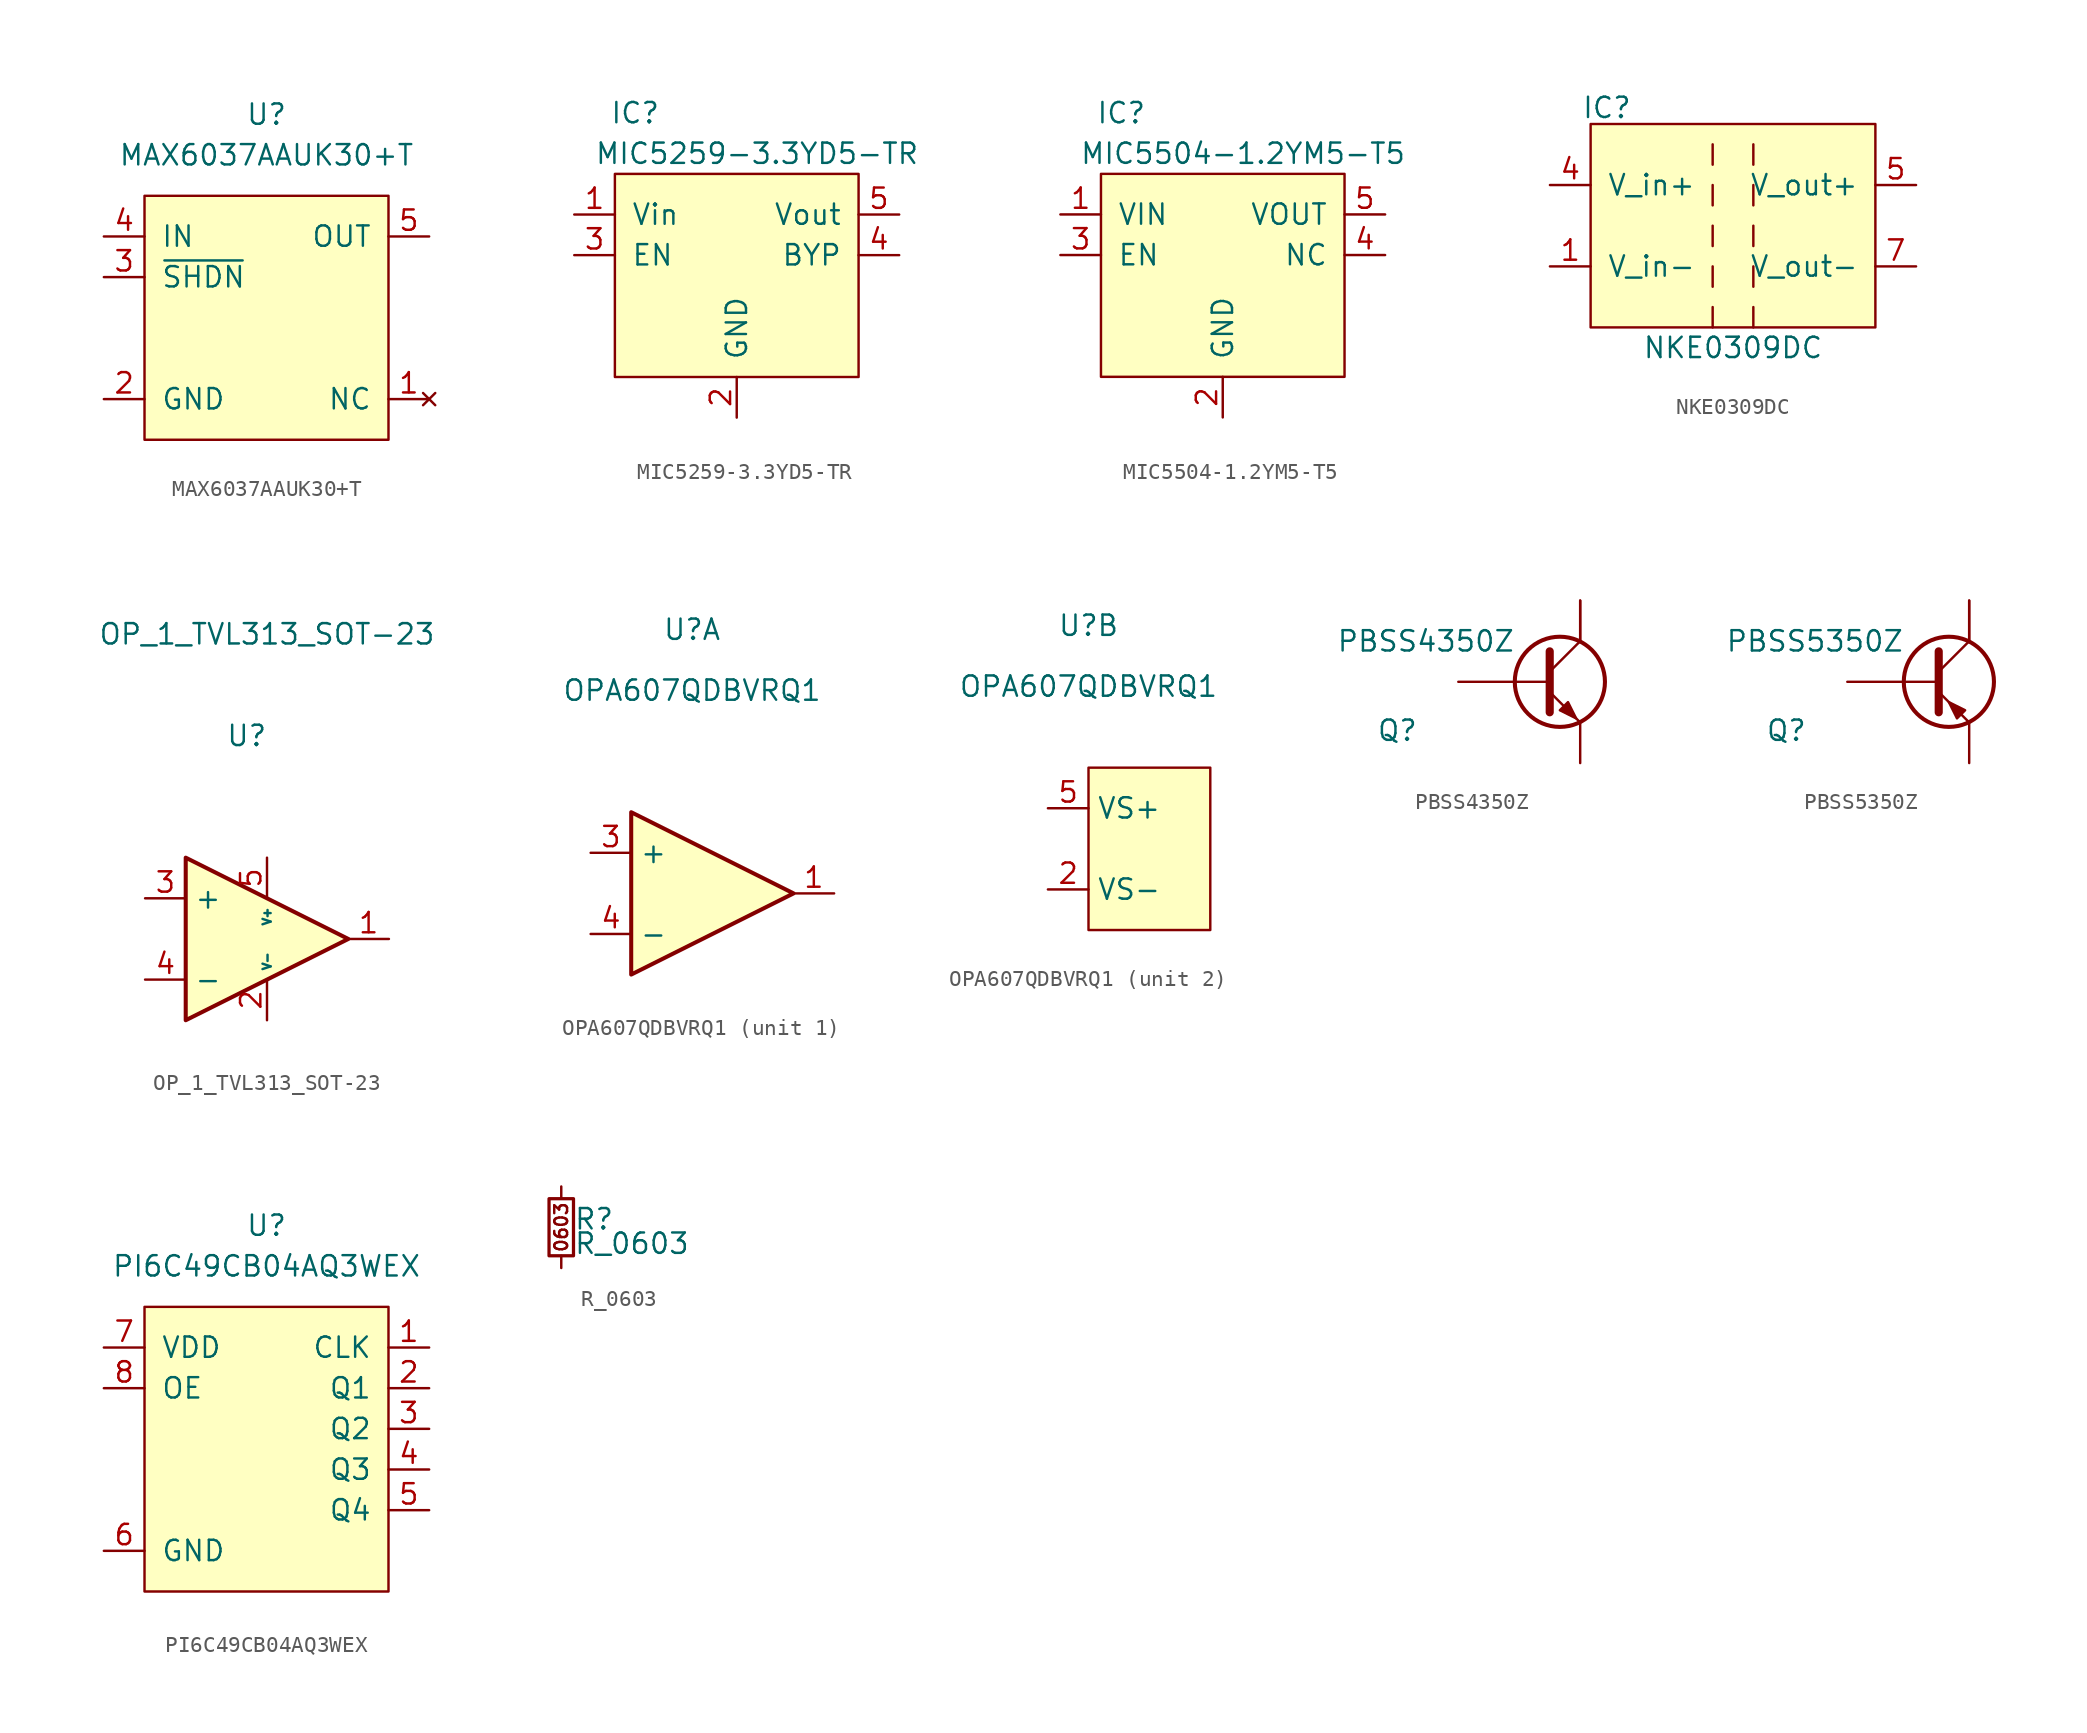
<source format=kicad_sym>
(kicad_symbol_lib
  (version 20211014)
  (generator kicad_symbol_editor)
  (symbol "MAX6037AAUK30+T"
    (pin_names
      (offset 1.016))
    (property "Reference" "U"
      (at 0 12.7 0)
      (effects (font (size 1.27 1.27))))
    (property "Value" "MAX6037AAUK30+T"
      (at 0 10.16 0)
      (effects (font (size 1.27 1.27))))
    (symbol "MAX6037AAUK30+T_1_1"
      (rectangle (start -7.62 7.62) (end 7.62 -7.62) (stroke (width 0) (type default) (color 0 0 0 0)) (fill (type background)))
      (pin no_connect line (at 10.16 -5.08 180) (length 2.54) (name "NC" (effects (font (size 1.27 1.27)))) (number "1" (effects (font (size 1.27 1.27)))))
      (pin power_in line (at -10.16 -5.08 0) (length 2.54) (name "GND" (effects (font (size 1.27 1.27)))) (number "2" (effects (font (size 1.27 1.27)))))
      (pin passive line (at -10.16 2.54 0) (length 2.54) (name "~{SHDN}" (effects (font (size 1.27 1.27)))) (number "3" (effects (font (size 1.27 1.27)))))
      (pin power_in line (at -10.16 5.08 0) (length 2.54) (name "IN" (effects (font (size 1.27 1.27)))) (number "4" (effects (font (size 1.27 1.27)))))
      (pin output line (at 10.16 5.08 180) (length 2.54) (name "OUT" (effects (font (size 1.27 1.27)))) (number "5" (effects (font (size 1.27 1.27)))))))
  (symbol "MIC5259-3.3YD5-TR"
    (pin_names
      (offset 1.016))
    (property "Reference" "IC"
      (at -6.35 7.62 0)
      (effects (font (size 1.27 1.27))))
    (property "Value" "MIC5259-3.3YD5-TR"
      (at 1.27 5.08 0)
      (effects (font (size 1.27 1.27))))
    (symbol "MIC5259-3.3YD5-TR_1_1"
      (rectangle (start -7.62 3.81) (end 7.62 -8.89) (stroke (width 0) (type default) (color 0 0 0 0)) (fill (type background)))
      (pin power_in line (at -10.16 1.27 0) (length 2.54) (name "Vin" (effects (font (size 1.27 1.27)))) (number "1" (effects (font (size 1.27 1.27)))))
      (pin power_in line (at 0 -11.43 90) (length 2.54) (name "GND" (effects (font (size 1.27 1.27)))) (number "2" (effects (font (size 1.27 1.27)))))
      (pin input line (at -10.16 -1.27 0) (length 2.54) (name "EN" (effects (font (size 1.27 1.27)))) (number "3" (effects (font (size 1.27 1.27)))))
      (pin passive line (at 10.16 -1.27 180) (length 2.54) (name "BYP" (effects (font (size 1.27 1.27)))) (number "4" (effects (font (size 1.27 1.27)))))
      (pin power_out line (at 10.16 1.27 180) (length 2.54) (name "Vout" (effects (font (size 1.27 1.27)))) (number "5" (effects (font (size 1.27 1.27)))))))
  (symbol "MIC5504-1.2YM5-T5"
    (pin_names
      (offset 1.016))
    (property "Reference" "IC"
      (at -6.35 7.62 0)
      (effects (font (size 1.27 1.27))))
    (property "Value" "MIC5504-1.2YM5-T5"
      (at 1.27 5.08 0)
      (effects (font (size 1.27 1.27))))
    (symbol "MIC5504-1.2YM5-T5_1_1"
      (rectangle (start -7.62 3.81) (end 7.62 -8.89) (stroke (width 0) (type default) (color 0 0 0 0)) (fill (type background)))
      (pin power_in line (at -10.16 1.27 0) (length 2.54) (name "VIN" (effects (font (size 1.27 1.27)))) (number "1" (effects (font (size 1.27 1.27)))))
      (pin power_in line (at 0 -11.43 90) (length 2.54) (name "GND" (effects (font (size 1.27 1.27)))) (number "2" (effects (font (size 1.27 1.27)))))
      (pin input line (at -10.16 -1.27 0) (length 2.54) (name "EN" (effects (font (size 1.27 1.27)))) (number "3" (effects (font (size 1.27 1.27)))))
      (pin passive line (at 10.16 -1.27 180) (length 2.54) (name "NC" (effects (font (size 1.27 1.27)))) (number "4" (effects (font (size 1.27 1.27)))))
      (pin power_out line (at 10.16 1.27 180) (length 2.54) (name "VOUT" (effects (font (size 1.27 1.27)))) (number "5" (effects (font (size 1.27 1.27)))))))
  (symbol "NKE0309DC"
    (pin_names
      (offset 1.016))
    (property "Reference" "IC"
      (at -7.874 7.366 0)
      (effects (font (size 1.27 1.27))))
    (property "Value" "NKE0309DC"
      (at 0 -7.62 0)
      (effects (font (size 1.27 1.27))))
    (symbol "NKE0309DC_0_1"
      (rectangle (start -8.89 6.35) (end 8.89 -6.35) (stroke (width 0) (type default) (color 0 0 0 0)) (fill (type background))))
    (symbol "NKE0309DC_1_1"
      (rectangle (start -1.27 -5.08) (end -1.27 -6.35) (stroke (width 0) (type default) (color 0 0 0 0)) (fill (type none)))
      (rectangle (start -1.27 -2.54) (end -1.27 -3.81) (stroke (width 0) (type default) (color 0 0 0 0)) (fill (type none)))
      (rectangle (start -1.27 0) (end -1.27 -1.27) (stroke (width 0) (type default) (color 0 0 0 0)) (fill (type none)))
      (rectangle (start -1.27 2.54) (end -1.27 1.27) (stroke (width 0) (type default) (color 0 0 0 0)) (fill (type none)))
      (rectangle (start -1.27 5.08) (end -1.27 3.81) (stroke (width 0) (type default) (color 0 0 0 0)) (fill (type none)))
      (rectangle (start 1.27 -5.08) (end 1.27 -6.35) (stroke (width 0) (type default) (color 0 0 0 0)) (fill (type none)))
      (rectangle (start 1.27 -2.54) (end 1.27 -3.81) (stroke (width 0) (type default) (color 0 0 0 0)) (fill (type none)))
      (rectangle (start 1.27 0) (end 1.27 -1.27) (stroke (width 0) (type default) (color 0 0 0 0)) (fill (type none)))
      (rectangle (start 1.27 2.54) (end 1.27 1.27) (stroke (width 0) (type default) (color 0 0 0 0)) (fill (type none)))
      (rectangle (start 1.27 5.08) (end 1.27 3.81) (stroke (width 0) (type default) (color 0 0 0 0)) (fill (type none)))
      (pin power_in line (at -11.43 -2.54 0) (length 2.54) (name "V_in-" (effects (font (size 1.27 1.27)))) (number "1" (effects (font (size 1.27 1.27)))))
      (pin power_in line (at -11.43 2.54 0) (length 2.54) (name "V_in+" (effects (font (size 1.27 1.27)))) (number "4" (effects (font (size 1.27 1.27)))))
      (pin power_out line (at 11.43 2.54 180) (length 2.54) (name "V_out+" (effects (font (size 1.27 1.27)))) (number "5" (effects (font (size 1.27 1.27)))))
      (pin power_out line (at 11.43 -2.54 180) (length 2.54) (name "V_out-" (effects (font (size 1.27 1.27)))) (number "7" (effects (font (size 1.27 1.27)))))))
  (symbol "OP_1_TVL313_SOT-23"
    (property "Reference" "U"
      (at 0 12.7 0)
      (effects (font (size 1.27 1.27))))
    (property "Value" "OP_1_TVL313_SOT-23"
      (at 1.27 19.05 0)
      (effects (font (size 1.27 1.27))))
    (symbol "OP_1_TVL313_SOT-23_1_1"
      (polyline (pts (xy -3.81 5.08) (xy 6.35 0) (xy -3.81 -5.08) (xy -3.81 5.08) (xy -3.81 5.08)) (stroke (width 0.254) (type default) (color 0 0 0 0)) (fill (type background)))
      (pin output line (at 8.89 0 180) (length 2.54) (name "~" (effects (font (size 1.27 1.27)))) (number "1" (effects (font (size 1.27 1.27)))))
      (pin power_in line (at 1.27 -5.08 90) (length 2.54) (name "V-" (effects (font (size 0.508 0.508)))) (number "2" (effects (font (size 1.27 1.27)))))
      (pin input line (at -6.35 2.54 0) (length 2.54) (name "+" (effects (font (size 1.27 1.27)))) (number "3" (effects (font (size 1.27 1.27)))))
      (pin input line (at -6.35 -2.54 0) (length 2.54) (name "-" (effects (font (size 1.27 1.27)))) (number "4" (effects (font (size 1.27 1.27)))))
      (pin input line (at 1.27 5.08 270) (length 2.54) (name "V+" (effects (font (size 0.508 0.508)))) (number "5" (effects (font (size 1.27 1.27)))))))
  (symbol "OPA607QDBVRQ1"
    (property "Reference" "U"
      (at 0 16.51 0)
      (effects (font (size 1.27 1.27))))
    (property "Value" "OPA607QDBVRQ1"
      (at 0 12.7 0)
      (effects (font (size 1.27 1.27))))
    (property "ki_locked" ""
      (at 0 0 0)
      (effects (font (size 1.27 1.27))))
    (symbol "OPA607QDBVRQ1_1_1"
      (polyline (pts (xy -3.81 5.08) (xy 6.35 0) (xy -3.81 -5.08) (xy -3.81 5.08)) (stroke (width 0.254) (type default) (color 0 0 0 0)) (fill (type background)))
      (pin output line (at 8.89 0 180) (length 2.54) (name "" (effects (font (size 1.27 1.27)))) (number "1" (effects (font (size 1.27 1.27)))))
      (pin input line (at -6.35 2.54 0) (length 2.54) (name "+" (effects (font (size 1.27 1.27)))) (number "3" (effects (font (size 1.27 1.27)))))
      (pin input line (at -6.35 -2.54 0) (length 2.54) (name "-" (effects (font (size 1.27 1.27)))) (number "4" (effects (font (size 1.27 1.27))))))
    (symbol "OPA607QDBVRQ1_2_1"
      (rectangle (start 0 7.62) (end 7.62 -2.54) (stroke (width 0.152) (type default) (color 0 0 0 0)) (fill (type background)))
      (pin power_in line (at -2.54 0 0) (length 2.54) (name "VS-" (effects (font (size 1.27 1.27)))) (number "2" (effects (font (size 1.27 1.27)))))
      (pin power_in line (at -2.54 5.08 0) (length 2.54) (name "VS+" (effects (font (size 1.27 1.27)))) (number "5" (effects (font (size 1.27 1.27)))))))
  (symbol "PBSS4350Z"
    (pin_numbers hide)
    (pin_names
      (offset 0) hide)
    (property "Reference" "Q"
      (at -11.43 -3.048 0)
      (effects (font (size 1.27 1.27))))
    (property "Value" "PBSS4350Z"
      (at -9.652 2.54 0)
      (effects (font (size 1.27 1.27))))
    (symbol "PBSS4350Z_1_1"
      (circle (center -1.27 0) (radius 2.819) (stroke (width 0.254) (type default) (color 0 0 0 0)) (fill (type none)))
      (polyline (pts (xy -1.905 0.635) (xy 0 2.54)) (stroke (width 0) (type default) (color 0 0 0 0)) (fill (type none)))
      (polyline (pts (xy -1.905 -0.635) (xy 0 -2.54) (xy 0 -2.54)) (stroke (width 0) (type default) (color 0 0 0 0)) (fill (type none)))
      (polyline (pts (xy -1.905 1.905) (xy -1.905 -1.905) (xy -1.905 -1.905)) (stroke (width 0.508) (type default) (color 0 0 0 0)) (fill (type none)))
      (polyline (pts (xy -1.27 -1.778) (xy -0.762 -1.27) (xy -0.254 -2.286) (xy -1.27 -1.778) (xy -1.27 -1.778)) (stroke (width 0) (type default) (color 0 0 0 0)) (fill (type outline)))
      (pin input line (at -7.62 0 0) (length 5.715) (name "B" (effects (font (size 1.27 1.27)))) (number "1" (effects (font (size 1.27 1.27)))))
      (pin passive line (at 0 5.08 270) (length 2.54) (name "C" (effects (font (size 1.27 1.27)))) (number "2" (effects (font (size 1.27 1.27)))))
      (pin passive line (at 0 -5.08 90) (length 2.54) (name "E" (effects (font (size 1.27 1.27)))) (number "3" (effects (font (size 1.27 1.27)))))
      (pin passive line (at 0 5.08 270) (length 2.54) (name "C" (effects (font (size 1.27 1.27)))) (number "4" (effects (font (size 1.27 1.27)))))))
  (symbol "PBSS5350Z"
    (pin_numbers hide)
    (pin_names
      (offset 0) hide)
    (property "Reference" "Q"
      (at -11.43 -3.048 0)
      (effects (font (size 1.27 1.27))))
    (property "Value" "PBSS5350Z"
      (at -9.652 2.54 0)
      (effects (font (size 1.27 1.27))))
    (symbol "PBSS5350Z_1_1"
      (circle (center -1.27 0) (radius 2.819) (stroke (width 0.254) (type default) (color 0 0 0 0)) (fill (type none)))
      (polyline (pts (xy -1.905 0.635) (xy 0 2.54)) (stroke (width 0) (type default) (color 0 0 0 0)) (fill (type none)))
      (polyline (pts (xy -1.905 -0.635) (xy 0 -2.54) (xy 0 -2.54)) (stroke (width 0) (type default) (color 0 0 0 0)) (fill (type none)))
      (polyline (pts (xy -1.905 1.905) (xy -1.905 -1.905) (xy -1.905 -1.905)) (stroke (width 0.508) (type default) (color 0 0 0 0)) (fill (type none)))
      (polyline (pts (xy -0.254 -1.778) (xy -0.762 -2.286) (xy -1.27 -1.27) (xy -0.254 -1.778) (xy -0.254 -1.778)) (stroke (width 0) (type default) (color 0 0 0 0)) (fill (type outline)))
      (pin input line (at -7.62 0 0) (length 5.715) (name "B" (effects (font (size 1.27 1.27)))) (number "1" (effects (font (size 1.27 1.27)))))
      (pin passive line (at 0 5.08 270) (length 2.54) (name "C" (effects (font (size 1.27 1.27)))) (number "2" (effects (font (size 1.27 1.27)))))
      (pin passive line (at 0 -5.08 90) (length 2.54) (name "E" (effects (font (size 1.27 1.27)))) (number "3" (effects (font (size 1.27 1.27)))))
      (pin passive line (at 0 5.08 270) (length 2.54) (name "C" (effects (font (size 1.27 1.27)))) (number "4" (effects (font (size 1.27 1.27)))))))
  (symbol "PI6C49CB04AQ3WEX"
    (pin_names
      (offset 1.016))
    (property "Reference" "U"
      (at 0 12.7 0)
      (effects (font (size 1.27 1.27))))
    (property "Value" "PI6C49CB04AQ3WEX"
      (at 0 10.16 0)
      (effects (font (size 1.27 1.27))))
    (symbol "PI6C49CB04AQ3WEX_0_1"
      (rectangle (start -7.62 7.62) (end 7.62 -10.16) (stroke (width 0) (type default) (color 0 0 0 0)) (fill (type background))))
    (symbol "PI6C49CB04AQ3WEX_1_1"
      (pin input line (at 10.16 5.08 180) (length 2.54) (name "CLK" (effects (font (size 1.27 1.27)))) (number "1" (effects (font (size 1.27 1.27)))))
      (pin output line (at 10.16 2.54 180) (length 2.54) (name "Q1" (effects (font (size 1.27 1.27)))) (number "2" (effects (font (size 1.27 1.27)))))
      (pin output line (at 10.16 0 180) (length 2.54) (name "Q2" (effects (font (size 1.27 1.27)))) (number "3" (effects (font (size 1.27 1.27)))))
      (pin output line (at 10.16 -2.54 180) (length 2.54) (name "Q3" (effects (font (size 1.27 1.27)))) (number "4" (effects (font (size 1.27 1.27)))))
      (pin output line (at 10.16 -5.08 180) (length 2.54) (name "Q4" (effects (font (size 1.27 1.27)))) (number "5" (effects (font (size 1.27 1.27)))))
      (pin power_in line (at -10.16 -7.62 0) (length 2.54) (name "GND" (effects (font (size 1.27 1.27)))) (number "6" (effects (font (size 1.27 1.27)))))
      (pin power_in line (at -10.16 5.08 0) (length 2.54) (name "VDD" (effects (font (size 1.27 1.27)))) (number "7" (effects (font (size 1.27 1.27)))))
      (pin passive line (at -10.16 2.54 0) (length 2.54) (name "OE" (effects (font (size 1.27 1.27)))) (number "8" (effects (font (size 1.27 1.27)))))))
  (symbol "R_0603"
    (pin_numbers hide)
    (pin_names
      (offset 0.254) hide)
    (property "Reference" "R"
      (at 0.762 0.508 0)
      (effects (font (size 1.27 1.27)) (justify left)))
    (property "Value" "R_0603"
      (at 0.762 -1.016 0)
      (effects (font (size 1.27 1.27)) (justify left)))
    (symbol "R_0603_0_0"
      (text "0603" (at 0 0 900) (effects (font (size 0.8 0.8)))))
    (symbol "R_0603_0_1"
      (rectangle (start -0.762 1.778) (end 0.762 -1.778) (stroke (width 0.203) (type default) (color 0 0 0 0)) (fill (type none))))
    (symbol "R_0603_1_1"
      (pin passive line (at 0 2.54 270) (length 0.762) (name "~" (effects (font (size 1.27 1.27)))) (number "1" (effects (font (size 1.27 1.27)))))
      (pin passive line (at 0 -2.54 90) (length 0.762) (name "~" (effects (font (size 1.27 1.27)))) (number "2" (effects (font (size 1.27 1.27))))))))
</source>
